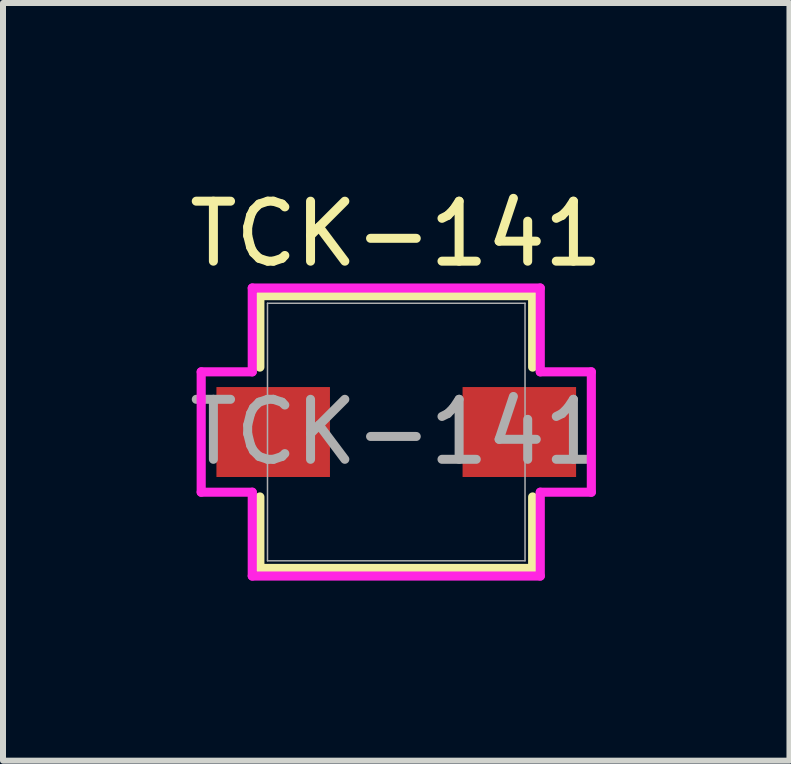
<source format=kicad_pcb>
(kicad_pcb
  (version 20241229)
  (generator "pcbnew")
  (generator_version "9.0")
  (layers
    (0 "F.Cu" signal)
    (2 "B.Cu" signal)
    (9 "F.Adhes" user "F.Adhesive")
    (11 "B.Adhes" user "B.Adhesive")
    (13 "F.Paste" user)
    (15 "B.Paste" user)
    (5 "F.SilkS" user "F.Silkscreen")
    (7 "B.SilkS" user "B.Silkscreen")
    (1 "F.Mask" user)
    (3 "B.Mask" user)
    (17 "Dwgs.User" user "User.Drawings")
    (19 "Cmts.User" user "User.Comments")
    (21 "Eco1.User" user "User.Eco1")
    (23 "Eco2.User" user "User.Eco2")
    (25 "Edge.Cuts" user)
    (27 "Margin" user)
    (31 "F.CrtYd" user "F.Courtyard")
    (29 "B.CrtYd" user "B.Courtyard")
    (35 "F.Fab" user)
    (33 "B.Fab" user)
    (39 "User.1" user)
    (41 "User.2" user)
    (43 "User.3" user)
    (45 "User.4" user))
  (footprint "TCK-141"
    (layer "F.Cu")
    (at 3.554 4.15)
    (property "Reference" "TCK-141" (at 0 -3.302 0) (unlocked yes) (layer "F.SilkS") (effects (font (size 1 1) (thickness 0.15))))
    (attr smd)
    (fp_line (start -2.273 -2.273) (end -2.273 -1.082) (stroke (width 0.152) (type solid)) (layer "F.SilkS"))
    (fp_line (start -2.273 1.082) (end -2.273 2.273) (stroke (width 0.152) (type solid)) (layer "F.SilkS"))
    (fp_line (start -2.273 2.273) (end 2.273 2.273) (stroke (width 0.152) (type solid)) (layer "F.SilkS"))
    (fp_line (start 2.273 -2.273) (end -2.273 -2.273) (stroke (width 0.152) (type solid)) (layer "F.SilkS"))
    (fp_line (start 2.273 -1.082) (end 2.273 -2.273) (stroke (width 0.152) (type solid)) (layer "F.SilkS"))
    (fp_line (start 2.273 2.273) (end 2.273 1.082) (stroke (width 0.152) (type solid)) (layer "F.SilkS"))
    (fp_line (start -3.251 -1.003) (end -2.4 -1.003) (stroke (width 0.152) (type solid)) (layer "F.CrtYd"))
    (fp_line (start -3.251 1.003) (end -3.251 -1.003) (stroke (width 0.152) (type solid)) (layer "F.CrtYd"))
    (fp_line (start -2.4 -2.4) (end 2.4 -2.4) (stroke (width 0.152) (type solid)) (layer "F.CrtYd"))
    (fp_line (start -2.4 -1.003) (end -2.4 -2.4) (stroke (width 0.152) (type solid)) (layer "F.CrtYd"))
    (fp_line (start -2.4 1.003) (end -3.251 1.003) (stroke (width 0.152) (type solid)) (layer "F.CrtYd"))
    (fp_line (start -2.4 2.4) (end -2.4 1.003) (stroke (width 0.152) (type solid)) (layer "F.CrtYd"))
    (fp_line (start 2.4 -2.4) (end 2.4 -1.003) (stroke (width 0.152) (type solid)) (layer "F.CrtYd"))
    (fp_line (start 2.4 -1.003) (end 3.251 -1.003) (stroke (width 0.152) (type solid)) (layer "F.CrtYd"))
    (fp_line (start 2.4 1.003) (end 2.4 2.4) (stroke (width 0.152) (type solid)) (layer "F.CrtYd"))
    (fp_line (start 2.4 2.4) (end -2.4 2.4) (stroke (width 0.152) (type solid)) (layer "F.CrtYd"))
    (fp_line (start 3.251 -1.003) (end 3.251 1.003) (stroke (width 0.152) (type solid)) (layer "F.CrtYd"))
    (fp_line (start 3.251 1.003) (end 2.4 1.003) (stroke (width 0.152) (type solid)) (layer "F.CrtYd"))
    (fp_line (start -2.146 -2.146) (end -2.146 2.146) (stroke (width 0.025) (type solid)) (layer "F.Fab"))
    (fp_line (start -2.146 2.146) (end 2.146 2.146) (stroke (width 0.025) (type solid)) (layer "F.Fab"))
    (fp_line (start 2.146 -2.146) (end -2.146 -2.146) (stroke (width 0.025) (type solid)) (layer "F.Fab"))
    (fp_line (start 2.146 2.146) (end 2.146 -2.146) (stroke (width 0.025) (type solid)) (layer "F.Fab"))
    (fp_text user "${REFERENCE}" (at 0 0 0) (unlocked yes) (layer "F.Fab") (effects (font (size 1 1) (thickness 0.15))))
    (pad "1" smd rect (at -2.051 0) (size 1.892 1.499) (layers "F.Cu" "F.Mask" "F.Paste"))
    (pad "2" smd rect (at 2.051 0) (size 1.892 1.499) (layers "F.Cu" "F.Mask" "F.Paste"))
    (zone (net_name "") (layer "F.Cu") (hatch full 0.508) (connect_pads) (min_thickness 0.254) (filled_areas_thickness no) (keepout (tracks not_allowed) (vias not_allowed) (pads allowed) (copperpour not_allowed) (footprints allowed)) (placement (enabled no)) (fill) (polygon (pts (xy 2.499 2.055) (xy 4.608 2.055) (xy 4.608 6.246) (xy 2.499 6.246)))))
  (gr_rect
    (start -3 -3)
    (end 10.107 9.627)
    (stroke (width 0.1) (type default))
    (fill no)
    (layer "Edge.Cuts")))
</source>
